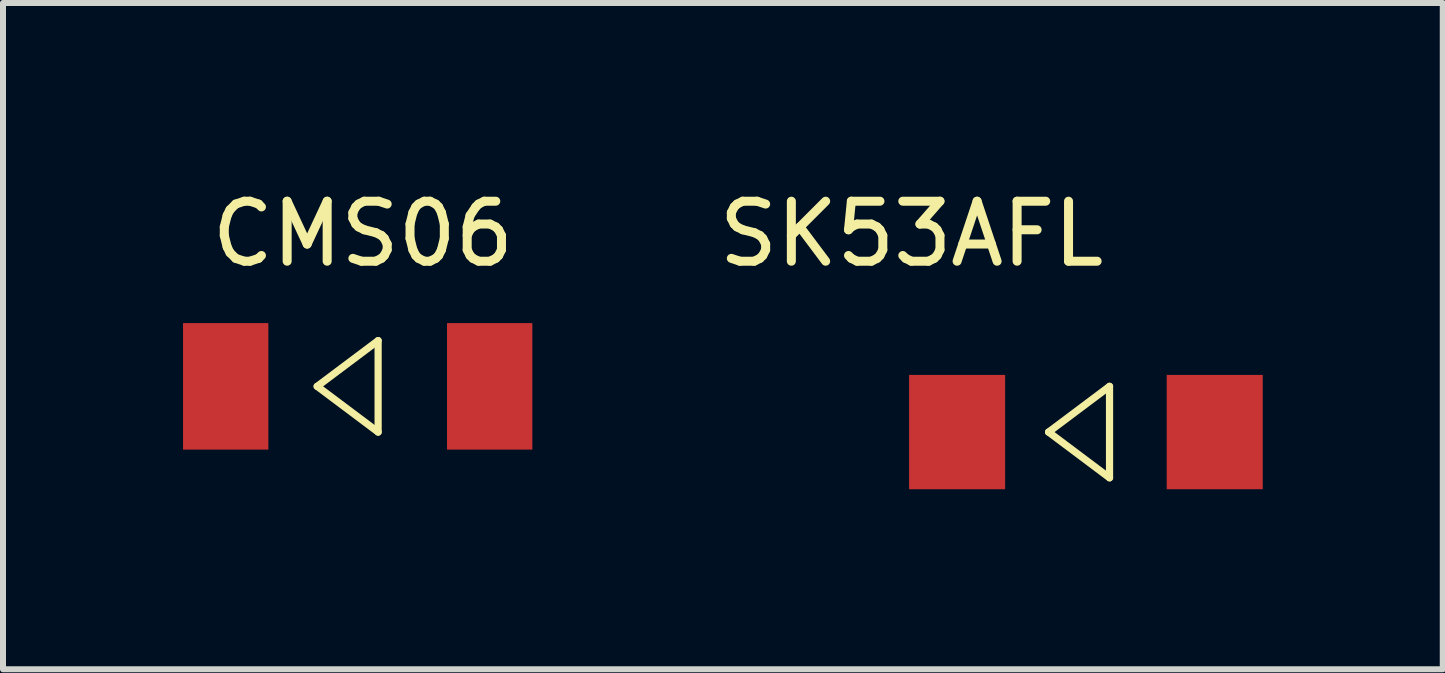
<source format=kicad_pcb>
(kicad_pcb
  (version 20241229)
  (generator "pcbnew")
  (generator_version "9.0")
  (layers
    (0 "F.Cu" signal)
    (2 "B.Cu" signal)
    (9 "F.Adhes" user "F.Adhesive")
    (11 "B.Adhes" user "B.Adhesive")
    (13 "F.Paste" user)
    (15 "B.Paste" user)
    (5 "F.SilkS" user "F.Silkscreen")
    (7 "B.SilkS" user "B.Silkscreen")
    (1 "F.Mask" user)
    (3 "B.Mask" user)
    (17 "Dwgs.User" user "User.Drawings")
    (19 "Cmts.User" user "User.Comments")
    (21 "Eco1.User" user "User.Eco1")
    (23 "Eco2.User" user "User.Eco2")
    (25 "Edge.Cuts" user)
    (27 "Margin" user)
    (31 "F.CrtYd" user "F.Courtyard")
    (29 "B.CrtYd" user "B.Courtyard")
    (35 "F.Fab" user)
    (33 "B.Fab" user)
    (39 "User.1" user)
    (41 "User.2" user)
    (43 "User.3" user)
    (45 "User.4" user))
  (footprint "CMS06"
    (layer "F.Cu")
    (at 2.997 3.642)
    (property "Reference" "CMS06" (at 0 -2.794 0) (layer "F.SilkS") (effects (font (size 1 1) (thickness 0.15))))
    (attr through_hole)
    (fp_line (start -0.762 -0.254) (end 0.254 0.508) (stroke (width 0.12) (type solid)) (layer "F.SilkS"))
    (fp_line (start 0.254 -1.016) (end -0.762 -0.254) (stroke (width 0.12) (type solid)) (layer "F.SilkS"))
    (fp_line (start 0.254 -1.016) (end 0.254 0.508) (stroke (width 0.12) (type solid)) (layer "F.SilkS"))
    (pad "1" smd rect (at -2.286 -0.254) (size 1.422 2.108) (layers "F.Cu" "F.Mask" "F.Paste"))
    (pad "2" smd rect (at 2.113 -0.254) (size 1.422 2.108) (layers "F.Cu" "F.Mask" "F.Paste")))
  (footprint "SK53AFL"
    (layer "F.Cu")
    (at 12.899 4.15)
    (property "Reference" "SK53AFL" (at -0.762 -3.302 0) (layer "F.SilkS") (effects (font (size 1 1) (thickness 0.15))))
    (attr through_hole)
    (fp_line (start 1.524 0) (end 2.54 0.762) (stroke (width 0.12) (type solid)) (layer "F.SilkS"))
    (fp_line (start 2.54 -0.762) (end 1.524 0) (stroke (width 0.12) (type solid)) (layer "F.SilkS"))
    (fp_line (start 2.54 -0.762) (end 2.54 0.762) (stroke (width 0.12) (type solid)) (layer "F.SilkS"))
    (pad "1" smd rect (at 0 0) (size 1.6 1.905) (layers "F.Cu" "F.Mask" "F.Paste"))
    (pad "2" smd rect (at 4.293 0) (size 1.6 1.905) (layers "F.Cu" "F.Mask" "F.Paste")))
  (gr_rect
    (start -3 -3)
    (end 20.992 8.103)
    (stroke (width 0.1) (type default))
    (fill no)
    (layer "Edge.Cuts")))
</source>
